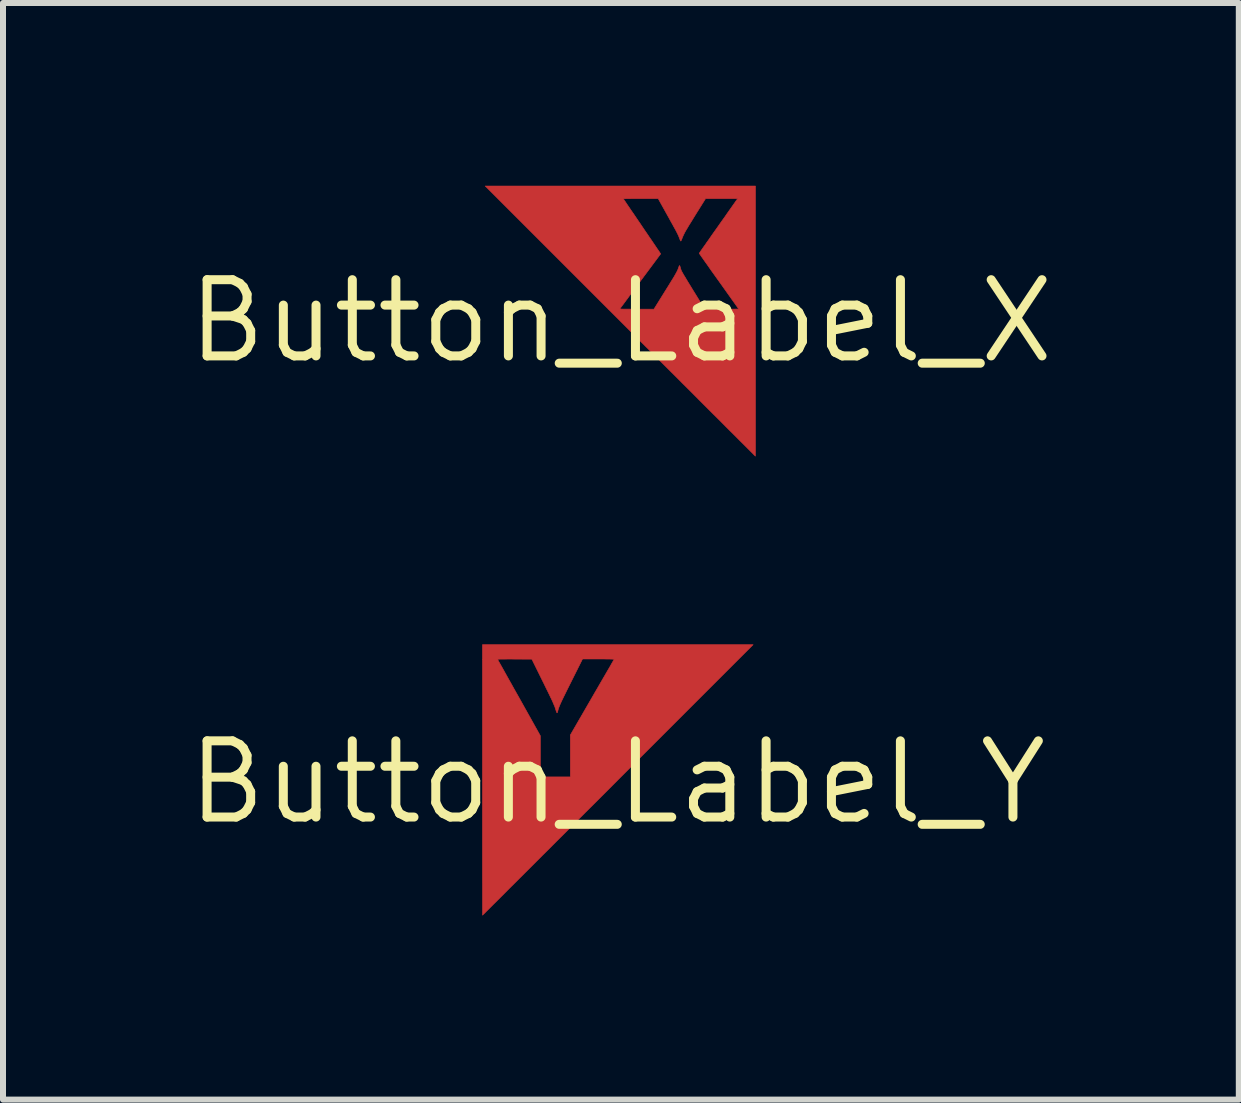
<source format=kicad_pcb>
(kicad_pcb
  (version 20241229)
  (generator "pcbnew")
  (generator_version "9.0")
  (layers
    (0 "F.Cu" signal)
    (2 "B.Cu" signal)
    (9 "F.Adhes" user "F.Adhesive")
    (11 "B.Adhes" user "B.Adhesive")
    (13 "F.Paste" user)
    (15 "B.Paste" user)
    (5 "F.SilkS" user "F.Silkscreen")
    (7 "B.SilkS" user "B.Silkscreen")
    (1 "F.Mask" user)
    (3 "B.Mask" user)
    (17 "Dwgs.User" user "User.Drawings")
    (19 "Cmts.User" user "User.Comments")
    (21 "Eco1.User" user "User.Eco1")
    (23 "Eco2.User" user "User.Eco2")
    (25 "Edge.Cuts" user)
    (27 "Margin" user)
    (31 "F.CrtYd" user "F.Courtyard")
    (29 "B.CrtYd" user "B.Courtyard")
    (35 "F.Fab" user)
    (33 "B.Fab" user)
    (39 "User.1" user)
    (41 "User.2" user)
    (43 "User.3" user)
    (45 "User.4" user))
  (footprint "Button_Label_Y"
    (layer "F.Cu")
    (at 7.234 9.983)
    (property "Reference" "Button_Label_Y" (at 0 0 0) (layer "F.SilkS") (effects (font (size 1.27 1.27) (thickness 0.15))))
    (attr board_only exclude_from_pos_files exclude_from_bom allow_missing_courtyard)
    (fp_poly (pts (xy 0.01 -0.039) (xy -0.127 0.099) (xy -0.262 0.234) (xy -0.395 0.367) (xy -0.526 0.497) (xy -0.653 0.624) (xy -0.777 0.749) (xy -0.898 0.87) (xy -1.016 0.987) (xy -1.129 1.101) (xy -1.239 1.21) (xy -1.344 1.315) (xy -1.445 1.416) (xy -1.541 1.512) (xy -1.632 1.603) (xy -1.717 1.688) (xy -1.798 1.768) (xy -1.872 1.843) (xy -1.94 1.911) (xy -2.002 1.973) (xy -2.058 2.028) (xy -2.107 2.077) (xy -2.149 2.119) (xy -2.183 2.153) (xy -2.21 2.181) (xy -2.23 2.2) (xy -2.241 2.211) (xy -2.245 2.214) (xy -2.245 2.209) (xy -2.245 2.191) (xy -2.245 2.163) (xy -2.245 2.124) (xy -2.245 2.074) (xy -2.245 2.015) (xy -2.245 1.946) (xy -2.245 1.868) (xy -2.245 1.782) (xy -2.245 1.687) (xy -2.246 1.585) (xy -2.246 1.475) (xy -2.246 1.358) (xy -2.246 1.235) (xy -2.246 1.105) (xy -2.246 0.97) (xy -2.246 0.829) (xy -2.246 0.684) (xy -2.246 0.534) (xy -2.246 0.379) (xy -2.246 0.221) (xy -2.246 0.06) (xy -2.246 -2.049) (xy -1.995 -2.049) (xy -1.992 -2.043) (xy -1.983 -2.028) (xy -1.97 -2.003) (xy -1.951 -1.97) (xy -1.928 -1.929) (xy -1.901 -1.881) (xy -1.871 -1.827) (xy -1.837 -1.766) (xy -1.8 -1.7) (xy -1.76 -1.629) (xy -1.719 -1.555) (xy -1.675 -1.477) (xy -1.637 -1.41) (xy -1.282 -0.775) (xy -1.282 -0.089) (xy -0.782 -0.089) (xy -0.782 -0.787) (xy -0.418 -1.416) (xy -0.372 -1.496) (xy -0.327 -1.573) (xy -0.285 -1.646) (xy -0.245 -1.715) (xy -0.207 -1.78) (xy -0.173 -1.839) (xy -0.142 -1.892) (xy -0.115 -1.938) (xy -0.093 -1.978) (xy -0.075 -2.009) (xy -0.061 -2.032) (xy -0.053 -2.045) (xy -0.051 -2.049) (xy -0.056 -2.05) (xy -0.072 -2.051) (xy -0.098 -2.052) (xy -0.132 -2.053) (xy -0.173 -2.053) (xy -0.22 -2.054) (xy -0.272 -2.054) (xy -0.314 -2.054) (xy -0.579 -2.054) (xy -0.766 -1.68) (xy -0.805 -1.602) (xy -0.839 -1.534) (xy -0.868 -1.475) (xy -0.893 -1.424) (xy -0.914 -1.381) (xy -0.932 -1.343) (xy -0.946 -1.312) (xy -0.958 -1.285) (xy -0.967 -1.262) (xy -0.975 -1.242) (xy -0.981 -1.225) (xy -0.985 -1.209) (xy -0.989 -1.194) (xy -0.99 -1.189) (xy -0.995 -1.171) (xy -1 -1.159) (xy -1.004 -1.157) (xy -1.008 -1.163) (xy -1.014 -1.178) (xy -1.022 -1.2) (xy -1.03 -1.227) (xy -1.031 -1.229) (xy -1.036 -1.245) (xy -1.042 -1.263) (xy -1.051 -1.283) (xy -1.061 -1.307) (xy -1.073 -1.335) (xy -1.088 -1.369) (xy -1.107 -1.408) (xy -1.129 -1.454) (xy -1.155 -1.508) (xy -1.186 -1.57) (xy -1.221 -1.642) (xy -1.238 -1.676) (xy -1.423 -2.051) (xy -1.71 -2.052) (xy -1.767 -2.053) (xy -1.82 -2.053) (xy -1.869 -2.052) (xy -1.911 -2.052) (xy -1.946 -2.052) (xy -1.972 -2.051) (xy -1.989 -2.05) (xy -1.995 -2.049) (xy -1.995 -2.049) (xy -2.246 -2.049) (xy -2.246 -2.292) (xy 2.263 -2.292) (xy 0.01 -0.039)) (stroke (width 0.01) (type solid)) (fill yes) (layer "F.Cu"))
    (fp_poly (pts (xy 0.01 -0.039) (xy -0.127 0.099) (xy -0.262 0.234) (xy -0.395 0.367) (xy -0.526 0.497) (xy -0.653 0.624) (xy -0.777 0.749) (xy -0.898 0.87) (xy -1.016 0.987) (xy -1.129 1.101) (xy -1.239 1.21) (xy -1.344 1.315) (xy -1.445 1.416) (xy -1.541 1.512) (xy -1.632 1.603) (xy -1.717 1.688) (xy -1.798 1.768) (xy -1.872 1.843) (xy -1.94 1.911) (xy -2.002 1.973) (xy -2.058 2.028) (xy -2.107 2.077) (xy -2.149 2.119) (xy -2.183 2.153) (xy -2.21 2.181) (xy -2.23 2.2) (xy -2.241 2.211) (xy -2.245 2.214) (xy -2.245 2.209) (xy -2.245 2.191) (xy -2.245 2.163) (xy -2.245 2.124) (xy -2.245 2.074) (xy -2.245 2.015) (xy -2.245 1.946) (xy -2.245 1.868) (xy -2.245 1.782) (xy -2.245 1.687) (xy -2.246 1.585) (xy -2.246 1.475) (xy -2.246 1.358) (xy -2.246 1.235) (xy -2.246 1.105) (xy -2.246 0.97) (xy -2.246 0.829) (xy -2.246 0.684) (xy -2.246 0.534) (xy -2.246 0.379) (xy -2.246 0.221) (xy -2.246 0.06) (xy -2.246 -2.049) (xy -1.995 -2.049) (xy -1.992 -2.043) (xy -1.983 -2.028) (xy -1.97 -2.003) (xy -1.951 -1.97) (xy -1.928 -1.929) (xy -1.901 -1.881) (xy -1.871 -1.827) (xy -1.837 -1.766) (xy -1.8 -1.7) (xy -1.76 -1.629) (xy -1.719 -1.555) (xy -1.675 -1.477) (xy -1.637 -1.41) (xy -1.282 -0.775) (xy -1.282 -0.089) (xy -0.782 -0.089) (xy -0.782 -0.787) (xy -0.418 -1.416) (xy -0.372 -1.496) (xy -0.327 -1.573) (xy -0.285 -1.646) (xy -0.245 -1.715) (xy -0.207 -1.78) (xy -0.173 -1.839) (xy -0.142 -1.892) (xy -0.115 -1.938) (xy -0.093 -1.978) (xy -0.075 -2.009) (xy -0.061 -2.032) (xy -0.053 -2.045) (xy -0.051 -2.049) (xy -0.056 -2.05) (xy -0.072 -2.051) (xy -0.098 -2.052) (xy -0.132 -2.053) (xy -0.173 -2.053) (xy -0.22 -2.054) (xy -0.272 -2.054) (xy -0.314 -2.054) (xy -0.579 -2.054) (xy -0.766 -1.68) (xy -0.805 -1.602) (xy -0.839 -1.534) (xy -0.868 -1.475) (xy -0.893 -1.424) (xy -0.914 -1.381) (xy -0.932 -1.343) (xy -0.946 -1.312) (xy -0.958 -1.285) (xy -0.967 -1.262) (xy -0.975 -1.242) (xy -0.981 -1.225) (xy -0.985 -1.209) (xy -0.989 -1.194) (xy -0.99 -1.189) (xy -0.995 -1.171) (xy -1 -1.159) (xy -1.004 -1.157) (xy -1.008 -1.163) (xy -1.014 -1.178) (xy -1.022 -1.2) (xy -1.03 -1.227) (xy -1.031 -1.229) (xy -1.036 -1.245) (xy -1.042 -1.263) (xy -1.051 -1.283) (xy -1.061 -1.307) (xy -1.073 -1.335) (xy -1.088 -1.369) (xy -1.107 -1.408) (xy -1.129 -1.454) (xy -1.155 -1.508) (xy -1.186 -1.57) (xy -1.221 -1.642) (xy -1.238 -1.676) (xy -1.423 -2.051) (xy -1.71 -2.052) (xy -1.767 -2.053) (xy -1.82 -2.053) (xy -1.869 -2.052) (xy -1.911 -2.052) (xy -1.946 -2.052) (xy -1.972 -2.051) (xy -1.989 -2.05) (xy -1.995 -2.049) (xy -1.995 -2.049) (xy -2.246 -2.049) (xy -2.246 -2.292) (xy 2.263 -2.292) (xy 0.01 -0.039)) (stroke (width 0.01) (type solid)) (fill yes) (layer "F.Mask"))
    (zone (net_name "") (layer "F.Cu") (hatch full 0.5) (connect_pads) (min_thickness 0.25) (filled_areas_thickness no) (keepout (tracks allowed) (vias allowed) (pads allowed) (copperpour not_allowed) (footprints allowed)) (placement (enabled no)) (fill) (polygon (pts (xy 9.498 7.691) (xy 4.988 7.691) (xy 4.99 12.197))))
    (zone (net_name "") (layer "F.Cu") (hatch none 0.5) (connect_pads) (min_thickness 0.25) (filled_areas_thickness no) (keepout (tracks not_allowed) (vias not_allowed) (pads not_allowed) (copperpour allowed) (footprints allowed)) (placement (enabled no)) (fill) (polygon (pts (xy 4.918 7.62) (xy 4.918 12.27) (xy 5.018 12.27) (xy 9.568 7.72) (xy 9.568 7.62)))))
  (footprint "Button_Label_X"
    (layer "F.Cu")
    (at 7.295 2.3)
    (property "Reference" "Button_Label_X" (at 0 0 0) (layer "F.SilkS") (effects (font (size 1.27 1.27) (thickness 0.15))))
    (attr board_only exclude_from_pos_files exclude_from_bom allow_missing_courtyard)
    (fp_poly (pts (xy 2.241 -0.001) (xy 2.241 0.132) (xy 2.241 0.264) (xy 2.241 0.393) (xy 2.241 0.519) (xy 2.241 0.643) (xy 2.241 0.764) (xy 2.241 0.882) (xy 2.241 0.997) (xy 2.241 1.108) (xy 2.241 1.216) (xy 2.241 1.319) (xy 2.241 1.418) (xy 2.241 1.513) (xy 2.241 1.603) (xy 2.241 1.688) (xy 2.241 1.768) (xy 2.241 1.843) (xy 2.241 1.912) (xy 2.241 1.975) (xy 2.241 2.033) (xy 2.241 2.084) (xy 2.241 2.129) (xy 2.241 2.167) (xy 2.24 2.198) (xy 2.24 2.222) (xy 2.24 2.238) (xy 2.24 2.248) (xy 2.24 2.249) (xy 2.237 2.247) (xy 2.229 2.238) (xy 2.215 2.225) (xy 2.197 2.206) (xy 2.173 2.182) (xy 2.144 2.153) (xy 2.11 2.119) (xy 2.072 2.081) (xy 2.029 2.038) (xy 1.981 1.991) (xy 1.93 1.939) (xy 1.874 1.883) (xy 1.814 1.824) (xy 1.75 1.76) (xy 1.683 1.692) (xy 1.612 1.621) (xy 1.537 1.547) (xy 1.459 1.469) (xy 1.378 1.388) (xy 1.294 1.304) (xy 1.207 1.216) (xy 1.117 1.126) (xy 1.024 1.034) (xy 0.929 0.938) (xy 0.831 0.841) (xy 0.731 0.741) (xy 0.629 0.639) (xy 0.525 0.534) (xy 0.418 0.428) (xy 0.311 0.321) (xy 0.201 0.211) (xy 0.09 0.1) (xy -0.011 -0.001) (xy -0.214 -0.204) (xy -0.018 -0.204) (xy -0.018 -0.203) (xy -0.013 -0.203) (xy -0.006 -0.202) (xy 0.006 -0.201) (xy 0.023 -0.201) (xy 0.045 -0.2) (xy 0.072 -0.2) (xy 0.105 -0.2) (xy 0.144 -0.2) (xy 0.191 -0.199) (xy 0.245 -0.199) (xy 0.264 -0.199) (xy 0.55 -0.199) (xy 0.738 -0.502) (xy 0.772 -0.556) (xy 0.802 -0.604) (xy 0.828 -0.647) (xy 0.851 -0.684) (xy 0.871 -0.716) (xy 0.888 -0.744) (xy 0.902 -0.769) (xy 0.914 -0.79) (xy 0.924 -0.809) (xy 0.933 -0.825) (xy 0.94 -0.84) (xy 0.946 -0.853) (xy 0.952 -0.866) (xy 0.956 -0.879) (xy 0.961 -0.892) (xy 0.965 -0.905) (xy 0.97 -0.916) (xy 0.974 -0.924) (xy 0.977 -0.926) (xy 0.98 -0.922) (xy 0.984 -0.913) (xy 0.988 -0.899) (xy 0.989 -0.897) (xy 0.994 -0.877) (xy 1.001 -0.856) (xy 1.007 -0.84) (xy 1.011 -0.832) (xy 1.019 -0.817) (xy 1.031 -0.796) (xy 1.046 -0.769) (xy 1.066 -0.737) (xy 1.088 -0.7) (xy 1.113 -0.658) (xy 1.142 -0.611) (xy 1.173 -0.56) (xy 1.203 -0.511) (xy 1.231 -0.466) (xy 1.257 -0.424) (xy 1.282 -0.383) (xy 1.305 -0.346) (xy 1.326 -0.311) (xy 1.345 -0.281) (xy 1.361 -0.255) (xy 1.375 -0.234) (xy 1.385 -0.218) (xy 1.391 -0.208) (xy 1.394 -0.204) (xy 1.396 -0.203) (xy 1.402 -0.203) (xy 1.411 -0.202) (xy 1.425 -0.201) (xy 1.443 -0.201) (xy 1.467 -0.2) (xy 1.496 -0.2) (xy 1.531 -0.2) (xy 1.572 -0.2) (xy 1.621 -0.2) (xy 1.677 -0.2) (xy 1.681 -0.2) (xy 1.963 -0.201) (xy 1.634 -0.664) (xy 1.595 -0.718) (xy 1.558 -0.77) (xy 1.522 -0.82) (xy 1.488 -0.868) (xy 1.457 -0.913) (xy 1.427 -0.955) (xy 1.4 -0.993) (xy 1.376 -1.027) (xy 1.355 -1.057) (xy 1.337 -1.082) (xy 1.323 -1.103) (xy 1.313 -1.117) (xy 1.306 -1.126) (xy 1.305 -1.129) (xy 1.307 -1.133) (xy 1.313 -1.143) (xy 1.324 -1.158) (xy 1.338 -1.179) (xy 1.356 -1.205) (xy 1.377 -1.235) (xy 1.402 -1.269) (xy 1.428 -1.308) (xy 1.458 -1.349) (xy 1.489 -1.394) (xy 1.522 -1.442) (xy 1.557 -1.491) (xy 1.594 -1.543) (xy 1.606 -1.56) (xy 1.643 -1.613) (xy 1.679 -1.664) (xy 1.714 -1.713) (xy 1.747 -1.76) (xy 1.778 -1.805) (xy 1.807 -1.846) (xy 1.834 -1.884) (xy 1.857 -1.917) (xy 1.878 -1.947) (xy 1.896 -1.972) (xy 1.909 -1.991) (xy 1.919 -2.005) (xy 1.925 -2.013) (xy 1.926 -2.014) (xy 1.944 -2.041) (xy 1.677 -2.041) (xy 1.41 -2.041) (xy 1.238 -1.766) (xy 1.206 -1.714) (xy 1.178 -1.668) (xy 1.153 -1.628) (xy 1.131 -1.593) (xy 1.113 -1.562) (xy 1.097 -1.535) (xy 1.083 -1.512) (xy 1.071 -1.491) (xy 1.061 -1.472) (xy 1.052 -1.454) (xy 1.044 -1.437) (xy 1.036 -1.421) (xy 1.029 -1.404) (xy 1.022 -1.387) (xy 1.015 -1.368) (xy 1.013 -1.363) (xy 1.007 -1.35) (xy 1.002 -1.34) (xy 0.998 -1.335) (xy 0.997 -1.334) (xy 0.994 -1.338) (xy 0.989 -1.347) (xy 0.983 -1.361) (xy 0.979 -1.371) (xy 0.975 -1.383) (xy 0.97 -1.395) (xy 0.965 -1.408) (xy 0.959 -1.422) (xy 0.952 -1.437) (xy 0.944 -1.454) (xy 0.934 -1.474) (xy 0.922 -1.497) (xy 0.908 -1.524) (xy 0.891 -1.554) (xy 0.872 -1.589) (xy 0.85 -1.629) (xy 0.824 -1.675) (xy 0.796 -1.727) (xy 0.775 -1.764) (xy 0.621 -2.041) (xy 0.33 -2.041) (xy 0.273 -2.041) (xy 0.223 -2.041) (xy 0.18 -2.041) (xy 0.144 -2.04) (xy 0.114 -2.04) (xy 0.09 -2.04) (xy 0.071 -2.039) (xy 0.058 -2.039) (xy 0.048 -2.038) (xy 0.043 -2.037) (xy 0.041 -2.036) (xy 0.041 -2.036) (xy 0.044 -2.032) (xy 0.05 -2.022) (xy 0.061 -2.006) (xy 0.076 -1.985) (xy 0.093 -1.959) (xy 0.114 -1.928) (xy 0.138 -1.893) (xy 0.164 -1.854) (xy 0.193 -1.812) (xy 0.224 -1.767) (xy 0.257 -1.718) (xy 0.291 -1.668) (xy 0.327 -1.616) (xy 0.339 -1.597) (xy 0.375 -1.544) (xy 0.41 -1.492) (xy 0.444 -1.443) (xy 0.476 -1.395) (xy 0.507 -1.351) (xy 0.535 -1.309) (xy 0.56 -1.272) (xy 0.583 -1.238) (xy 0.603 -1.208) (xy 0.62 -1.184) (xy 0.633 -1.165) (xy 0.642 -1.151) (xy 0.648 -1.143) (xy 0.648 -1.142) (xy 0.662 -1.121) (xy 0.323 -0.665) (xy 0.284 -0.612) (xy 0.245 -0.56) (xy 0.208 -0.51) (xy 0.173 -0.463) (xy 0.14 -0.419) (xy 0.11 -0.377) (xy 0.082 -0.34) (xy 0.057 -0.306) (xy 0.035 -0.276) (xy 0.016 -0.251) (xy 0.001 -0.231) (xy -0.01 -0.216) (xy -0.016 -0.207) (xy -0.018 -0.204) (xy -0.214 -0.204) (xy -2.261 -2.251) (xy 2.241 -2.251) (xy 2.241 -0.001)) (stroke (width 0.01) (type solid)) (fill yes) (layer "F.Cu"))
    (fp_poly (pts (xy 2.241 -0.001) (xy 2.241 0.132) (xy 2.241 0.264) (xy 2.241 0.393) (xy 2.241 0.519) (xy 2.241 0.643) (xy 2.241 0.764) (xy 2.241 0.882) (xy 2.241 0.997) (xy 2.241 1.108) (xy 2.241 1.216) (xy 2.241 1.319) (xy 2.241 1.418) (xy 2.241 1.513) (xy 2.241 1.603) (xy 2.241 1.688) (xy 2.241 1.768) (xy 2.241 1.843) (xy 2.241 1.912) (xy 2.241 1.975) (xy 2.241 2.033) (xy 2.241 2.084) (xy 2.241 2.129) (xy 2.241 2.167) (xy 2.24 2.198) (xy 2.24 2.222) (xy 2.24 2.238) (xy 2.24 2.248) (xy 2.24 2.249) (xy 2.237 2.247) (xy 2.229 2.238) (xy 2.215 2.225) (xy 2.197 2.206) (xy 2.173 2.182) (xy 2.144 2.153) (xy 2.11 2.119) (xy 2.072 2.081) (xy 2.029 2.038) (xy 1.981 1.991) (xy 1.93 1.939) (xy 1.874 1.883) (xy 1.814 1.824) (xy 1.75 1.76) (xy 1.683 1.692) (xy 1.612 1.621) (xy 1.537 1.547) (xy 1.459 1.469) (xy 1.378 1.388) (xy 1.294 1.304) (xy 1.207 1.216) (xy 1.117 1.126) (xy 1.024 1.034) (xy 0.929 0.938) (xy 0.831 0.841) (xy 0.731 0.741) (xy 0.629 0.639) (xy 0.525 0.534) (xy 0.418 0.428) (xy 0.311 0.321) (xy 0.201 0.211) (xy 0.09 0.1) (xy -0.011 -0.001) (xy -0.214 -0.204) (xy -0.018 -0.204) (xy -0.018 -0.203) (xy -0.013 -0.203) (xy -0.006 -0.202) (xy 0.006 -0.201) (xy 0.023 -0.201) (xy 0.045 -0.2) (xy 0.072 -0.2) (xy 0.105 -0.2) (xy 0.144 -0.2) (xy 0.191 -0.199) (xy 0.245 -0.199) (xy 0.264 -0.199) (xy 0.55 -0.199) (xy 0.738 -0.502) (xy 0.772 -0.556) (xy 0.802 -0.604) (xy 0.828 -0.647) (xy 0.851 -0.684) (xy 0.871 -0.716) (xy 0.888 -0.744) (xy 0.902 -0.769) (xy 0.914 -0.79) (xy 0.924 -0.809) (xy 0.933 -0.825) (xy 0.94 -0.84) (xy 0.946 -0.853) (xy 0.952 -0.866) (xy 0.956 -0.879) (xy 0.961 -0.892) (xy 0.965 -0.905) (xy 0.97 -0.916) (xy 0.974 -0.924) (xy 0.977 -0.926) (xy 0.98 -0.922) (xy 0.984 -0.913) (xy 0.988 -0.899) (xy 0.989 -0.897) (xy 0.994 -0.877) (xy 1.001 -0.856) (xy 1.007 -0.84) (xy 1.011 -0.832) (xy 1.019 -0.817) (xy 1.031 -0.796) (xy 1.046 -0.769) (xy 1.066 -0.737) (xy 1.088 -0.7) (xy 1.113 -0.658) (xy 1.142 -0.611) (xy 1.173 -0.56) (xy 1.203 -0.511) (xy 1.231 -0.466) (xy 1.257 -0.424) (xy 1.282 -0.383) (xy 1.305 -0.346) (xy 1.326 -0.311) (xy 1.345 -0.281) (xy 1.361 -0.255) (xy 1.375 -0.234) (xy 1.385 -0.218) (xy 1.391 -0.208) (xy 1.394 -0.204) (xy 1.396 -0.203) (xy 1.402 -0.203) (xy 1.411 -0.202) (xy 1.425 -0.201) (xy 1.443 -0.201) (xy 1.467 -0.2) (xy 1.496 -0.2) (xy 1.531 -0.2) (xy 1.572 -0.2) (xy 1.621 -0.2) (xy 1.677 -0.2) (xy 1.681 -0.2) (xy 1.963 -0.201) (xy 1.634 -0.664) (xy 1.595 -0.718) (xy 1.558 -0.77) (xy 1.522 -0.82) (xy 1.488 -0.868) (xy 1.457 -0.913) (xy 1.427 -0.955) (xy 1.4 -0.993) (xy 1.376 -1.027) (xy 1.355 -1.057) (xy 1.337 -1.082) (xy 1.323 -1.103) (xy 1.313 -1.117) (xy 1.306 -1.126) (xy 1.305 -1.129) (xy 1.307 -1.133) (xy 1.313 -1.143) (xy 1.324 -1.158) (xy 1.338 -1.179) (xy 1.356 -1.205) (xy 1.377 -1.235) (xy 1.402 -1.269) (xy 1.428 -1.308) (xy 1.458 -1.349) (xy 1.489 -1.394) (xy 1.522 -1.442) (xy 1.557 -1.491) (xy 1.594 -1.543) (xy 1.606 -1.56) (xy 1.643 -1.613) (xy 1.679 -1.664) (xy 1.714 -1.713) (xy 1.747 -1.76) (xy 1.778 -1.805) (xy 1.807 -1.846) (xy 1.834 -1.884) (xy 1.857 -1.917) (xy 1.878 -1.947) (xy 1.896 -1.972) (xy 1.909 -1.991) (xy 1.919 -2.005) (xy 1.925 -2.013) (xy 1.926 -2.014) (xy 1.944 -2.041) (xy 1.677 -2.041) (xy 1.41 -2.041) (xy 1.238 -1.766) (xy 1.206 -1.714) (xy 1.178 -1.668) (xy 1.153 -1.628) (xy 1.131 -1.593) (xy 1.113 -1.562) (xy 1.097 -1.535) (xy 1.083 -1.512) (xy 1.071 -1.491) (xy 1.061 -1.472) (xy 1.052 -1.454) (xy 1.044 -1.437) (xy 1.036 -1.421) (xy 1.029 -1.404) (xy 1.022 -1.387) (xy 1.015 -1.368) (xy 1.013 -1.363) (xy 1.007 -1.35) (xy 1.002 -1.34) (xy 0.998 -1.335) (xy 0.997 -1.334) (xy 0.994 -1.338) (xy 0.989 -1.347) (xy 0.983 -1.361) (xy 0.979 -1.371) (xy 0.975 -1.383) (xy 0.97 -1.395) (xy 0.965 -1.408) (xy 0.959 -1.422) (xy 0.952 -1.437) (xy 0.944 -1.454) (xy 0.934 -1.474) (xy 0.922 -1.497) (xy 0.908 -1.524) (xy 0.891 -1.554) (xy 0.872 -1.589) (xy 0.85 -1.629) (xy 0.824 -1.675) (xy 0.796 -1.727) (xy 0.775 -1.764) (xy 0.621 -2.041) (xy 0.33 -2.041) (xy 0.273 -2.041) (xy 0.223 -2.041) (xy 0.18 -2.041) (xy 0.144 -2.04) (xy 0.114 -2.04) (xy 0.09 -2.04) (xy 0.071 -2.039) (xy 0.058 -2.039) (xy 0.048 -2.038) (xy 0.043 -2.037) (xy 0.041 -2.036) (xy 0.041 -2.036) (xy 0.044 -2.032) (xy 0.05 -2.022) (xy 0.061 -2.006) (xy 0.076 -1.985) (xy 0.093 -1.959) (xy 0.114 -1.928) (xy 0.138 -1.893) (xy 0.164 -1.854) (xy 0.193 -1.812) (xy 0.224 -1.767) (xy 0.257 -1.718) (xy 0.291 -1.668) (xy 0.327 -1.616) (xy 0.339 -1.597) (xy 0.375 -1.544) (xy 0.41 -1.492) (xy 0.444 -1.443) (xy 0.476 -1.395) (xy 0.507 -1.351) (xy 0.535 -1.309) (xy 0.56 -1.272) (xy 0.583 -1.238) (xy 0.603 -1.208) (xy 0.62 -1.184) (xy 0.633 -1.165) (xy 0.642 -1.151) (xy 0.648 -1.143) (xy 0.648 -1.142) (xy 0.662 -1.121) (xy 0.323 -0.665) (xy 0.284 -0.612) (xy 0.245 -0.56) (xy 0.208 -0.51) (xy 0.173 -0.463) (xy 0.14 -0.419) (xy 0.11 -0.377) (xy 0.082 -0.34) (xy 0.057 -0.306) (xy 0.035 -0.276) (xy 0.016 -0.251) (xy 0.001 -0.231) (xy -0.01 -0.216) (xy -0.016 -0.207) (xy -0.018 -0.204) (xy -0.214 -0.204) (xy -2.261 -2.251) (xy 2.241 -2.251) (xy 2.241 -0.001)) (stroke (width 0.01) (type solid)) (fill yes) (layer "F.Mask"))
    (zone (net_name "") (layer "F.Cu") (hatch full 0.5) (connect_pads) (min_thickness 0.25) (filled_areas_thickness no) (keepout (tracks allowed) (vias allowed) (pads allowed) (copperpour not_allowed) (footprints allowed)) (placement (enabled no)) (fill) (polygon (pts (xy 9.535 4.54) (xy 9.535 0.06) (xy 5.055 0.06))))
    (zone (net_name "") (layer "F.Cu") (hatch none 0.5) (connect_pads) (min_thickness 0.25) (filled_areas_thickness no) (keepout (tracks not_allowed) (vias not_allowed) (pads not_allowed) (copperpour allowed) (footprints allowed)) (placement (enabled no)) (fill) (polygon (pts (xy 9.595 0) (xy 9.595 4.62) (xy 9.515 4.62) (xy 4.975 0.08) (xy 4.975 0)))))
  (gr_rect
    (start -3 -3)
    (end 17.589 15.27)
    (stroke (width 0.1) (type default))
    (fill no)
    (layer "Edge.Cuts")))
</source>
